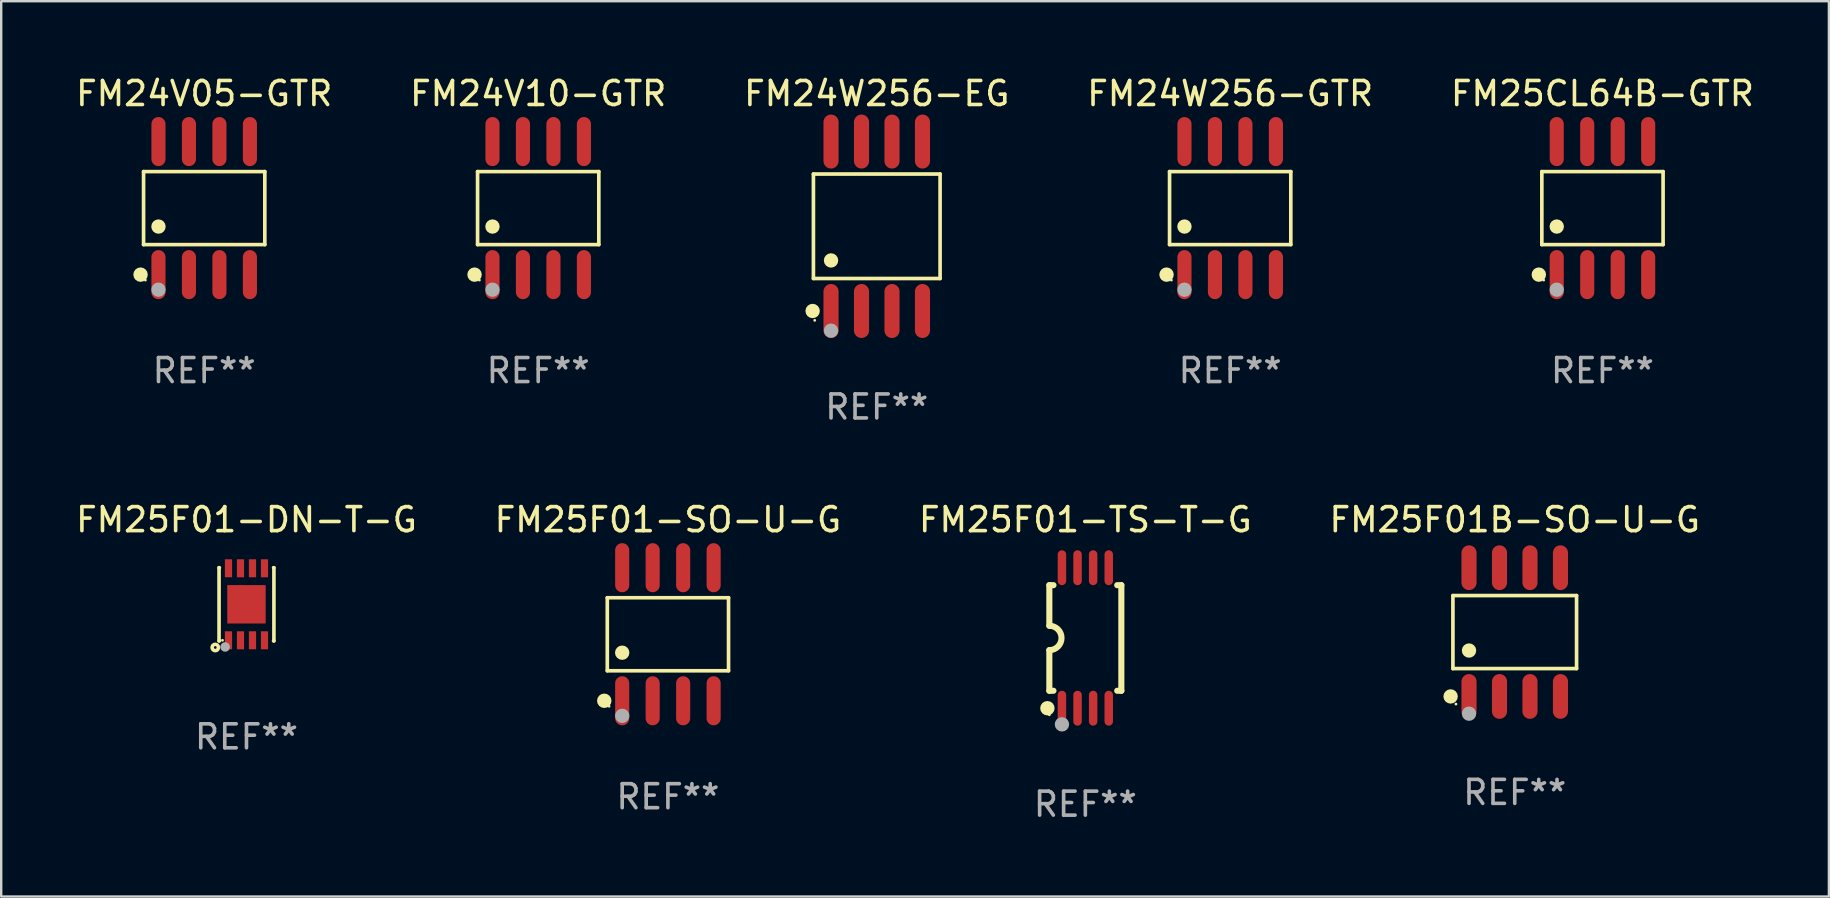
<source format=kicad_pcb>
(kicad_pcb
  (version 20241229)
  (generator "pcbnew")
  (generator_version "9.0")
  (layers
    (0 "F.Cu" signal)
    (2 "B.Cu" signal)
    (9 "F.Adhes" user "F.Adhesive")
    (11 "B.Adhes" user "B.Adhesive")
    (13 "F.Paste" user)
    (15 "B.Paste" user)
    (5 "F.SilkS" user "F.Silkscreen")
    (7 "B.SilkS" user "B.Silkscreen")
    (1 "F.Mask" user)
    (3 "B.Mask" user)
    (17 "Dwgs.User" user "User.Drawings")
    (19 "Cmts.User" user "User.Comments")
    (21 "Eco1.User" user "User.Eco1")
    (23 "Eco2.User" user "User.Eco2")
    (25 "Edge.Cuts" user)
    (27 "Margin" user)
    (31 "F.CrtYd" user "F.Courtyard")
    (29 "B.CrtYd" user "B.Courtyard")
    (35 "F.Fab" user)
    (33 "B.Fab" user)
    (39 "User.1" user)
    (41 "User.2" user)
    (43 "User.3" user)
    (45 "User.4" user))
  (footprint "FM24W256-GTR"
    (layer "F.Cu")
    (at 48.208 5.621)
    (property "Reference" "FM24W256-GTR" (at 0 -4.772 0) (layer "F.SilkS") (effects (font (size 1 1) (thickness 0.15))))
    (attr through_hole)
    (fp_line (start -2.526 -1.521) (end 2.526 -1.521) (stroke (width 0.152) (type solid)) (layer "F.SilkS"))
    (fp_line (start -2.526 1.521) (end -2.526 -1.521) (stroke (width 0.152) (type solid)) (layer "F.SilkS"))
    (fp_line (start 2.526 -1.521) (end 2.526 1.521) (stroke (width 0.152) (type solid)) (layer "F.SilkS"))
    (fp_line (start 2.526 1.521) (end -2.526 1.521) (stroke (width 0.152) (type solid)) (layer "F.SilkS"))
    (fp_circle (center -2.652 2.772) (end -2.501 2.772) (stroke (width 0.3) (type solid)) (fill no) (layer "F.SilkS"))
    (fp_circle (center -2.45 3) (end -2.42 3) (stroke (width 0.06) (type solid)) (fill no) (layer "F.SilkS"))
    (fp_circle (center -1.905 0.769) (end -1.755 0.769) (stroke (width 0.3) (type solid)) (fill no) (layer "F.SilkS"))
    (fp_circle (center -1.905 3.4) (end -1.755 3.4) (stroke (width 0.3) (type solid)) (fill no) (layer "F.Fab"))
    (fp_text user "REF**" (at 0 6.772 0) (layer "F.Fab") (effects (font (size 1 1) (thickness 0.15))))
    (pad "1" smd oval (at -1.905 2.772) (size 0.588 2.045) (layers "F.Cu" "F.Mask" "F.Paste"))
    (pad "2" smd oval (at -0.635 2.772) (size 0.588 2.045) (layers "F.Cu" "F.Mask" "F.Paste"))
    (pad "3" smd oval (at 0.635 2.772) (size 0.588 2.045) (layers "F.Cu" "F.Mask" "F.Paste"))
    (pad "4" smd oval (at 1.905 2.772) (size 0.588 2.045) (layers "F.Cu" "F.Mask" "F.Paste"))
    (pad "5" smd oval (at 1.905 -2.772) (size 0.588 2.045) (layers "F.Cu" "F.Mask" "F.Paste"))
    (pad "6" smd oval (at 0.635 -2.772) (size 0.588 2.045) (layers "F.Cu" "F.Mask" "F.Paste"))
    (pad "7" smd oval (at -0.635 -2.772) (size 0.588 2.045) (layers "F.Cu" "F.Mask" "F.Paste"))
    (pad "8" smd oval (at -1.905 -2.772) (size 0.588 2.045) (layers "F.Cu" "F.Mask" "F.Paste")))
  (footprint "FM24W256-EG"
    (layer "F.Cu")
    (at 33.482 6.378)
    (property "Reference" "FM24W256-EG" (at 0 -5.53 0) (layer "F.SilkS") (effects (font (size 1 1) (thickness 0.15))))
    (attr through_hole)
    (fp_line (start -2.639 -2.176) (end 2.639 -2.176) (stroke (width 0.152) (type solid)) (layer "F.SilkS"))
    (fp_line (start -2.639 2.176) (end -2.639 -2.176) (stroke (width 0.152) (type solid)) (layer "F.SilkS"))
    (fp_line (start 2.639 -2.176) (end 2.639 2.176) (stroke (width 0.152) (type solid)) (layer "F.SilkS"))
    (fp_line (start 2.639 2.176) (end -2.639 2.176) (stroke (width 0.152) (type solid)) (layer "F.SilkS"))
    (fp_circle (center -2.672 3.53) (end -2.522 3.53) (stroke (width 0.3) (type solid)) (fill no) (layer "F.SilkS"))
    (fp_circle (center -2.585 3.92) (end -2.555 3.92) (stroke (width 0.06) (type solid)) (fill no) (layer "F.SilkS"))
    (fp_circle (center -1.905 1.424) (end -1.755 1.424) (stroke (width 0.3) (type solid)) (fill no) (layer "F.SilkS"))
    (fp_circle (center -1.905 4.35) (end -1.755 4.35) (stroke (width 0.3) (type solid)) (fill no) (layer "F.Fab"))
    (fp_text user "REF**" (at 0 7.53 0) (layer "F.Fab") (effects (font (size 1 1) (thickness 0.15))))
    (pad "1" smd oval (at -1.905 3.53) (size 0.63 2.25) (layers "F.Cu" "F.Mask" "F.Paste"))
    (pad "2" smd oval (at -0.635 3.53) (size 0.63 2.25) (layers "F.Cu" "F.Mask" "F.Paste"))
    (pad "3" smd oval (at 0.635 3.53) (size 0.63 2.25) (layers "F.Cu" "F.Mask" "F.Paste"))
    (pad "4" smd oval (at 1.905 3.53) (size 0.63 2.25) (layers "F.Cu" "F.Mask" "F.Paste"))
    (pad "5" smd oval (at 1.905 -3.53) (size 0.63 2.25) (layers "F.Cu" "F.Mask" "F.Paste"))
    (pad "6" smd oval (at 0.635 -3.53) (size 0.63 2.25) (layers "F.Cu" "F.Mask" "F.Paste"))
    (pad "7" smd oval (at -0.635 -3.53) (size 0.63 2.25) (layers "F.Cu" "F.Mask" "F.Paste"))
    (pad "8" smd oval (at -1.905 -3.53) (size 0.63 2.25) (layers "F.Cu" "F.Mask" "F.Paste")))
  (footprint "FM25F01-DN-T-G"
    (layer "F.Cu")
    (at 7.22 22.129)
    (property "Reference" "FM25F01-DN-T-G" (at 0 -3.524 0) (layer "F.SilkS") (effects (font (size 1 1) (thickness 0.15))))
    (attr through_hole)
    (fp_line (start -1.143 -1.524) (end -1.143 1.524) (stroke (width 0.15) (type solid)) (layer "F.SilkS"))
    (fp_line (start -1.143 1.524) (end -1.129 1.524) (stroke (width 0.15) (type solid)) (layer "F.SilkS"))
    (fp_line (start -1.129 -1.524) (end -1.143 -1.524) (stroke (width 0.15) (type solid)) (layer "F.SilkS"))
    (fp_line (start 1.129 1.524) (end 1.143 1.524) (stroke (width 0.15) (type solid)) (layer "F.SilkS"))
    (fp_line (start 1.143 -1.524) (end 1.129 -1.524) (stroke (width 0.15) (type solid)) (layer "F.SilkS"))
    (fp_line (start 1.143 1.524) (end 1.143 -1.524) (stroke (width 0.15) (type solid)) (layer "F.SilkS"))
    (fp_circle (center -1.3 1.8) (end -1.243 1.8) (stroke (width 0.15) (type solid)) (fill no) (layer "F.SilkS"))
    (fp_circle (center -1 1.5) (end -0.97 1.5) (stroke (width 0.06) (type solid)) (fill no) (layer "F.SilkS"))
    (fp_circle (center -0.889 1.778) (end -0.789 1.778) (stroke (width 0.2) (type solid)) (fill no) (layer "F.Fab"))
    (fp_text user "REF**" (at 0 5.524 0) (layer "F.Fab") (effects (font (size 1 1) (thickness 0.15))))
    (pad "1" smd rect (at -0.75 1.5 90) (size 0.75 0.3) (layers "F.Cu" "F.Mask" "F.Paste"))
    (pad "2" smd rect (at -0.25 1.5 90) (size 0.75 0.3) (layers "F.Cu" "F.Mask" "F.Paste"))
    (pad "3" smd rect (at 0.25 1.5 90) (size 0.75 0.3) (layers "F.Cu" "F.Mask" "F.Paste"))
    (pad "4" smd rect (at 0.75 1.5 90) (size 0.75 0.3) (layers "F.Cu" "F.Mask" "F.Paste"))
    (pad "5" smd rect (at 0.75 -1.5 90) (size 0.75 0.3) (layers "F.Cu" "F.Mask" "F.Paste"))
    (pad "6" smd rect (at 0.25 -1.5 90) (size 0.75 0.3) (layers "F.Cu" "F.Mask" "F.Paste"))
    (pad "7" smd rect (at -0.25 -1.5 90) (size 0.75 0.3) (layers "F.Cu" "F.Mask" "F.Paste"))
    (pad "8" smd rect (at -0.75 -1.5 90) (size 0.75 0.3) (layers "F.Cu" "F.Mask" "F.Paste"))
    (pad "9" smd rect (at -0.000203 0.000457 90) (size 1.6 1.6) (layers "F.Cu" "F.Mask" "F.Paste")))
  (footprint "FM25F01B-SO-U-G"
    (layer "F.Cu")
    (at 60.065 23.287)
    (property "Reference" "FM25F01B-SO-U-G" (at 0 -4.682 0) (layer "F.SilkS") (effects (font (size 1 1) (thickness 0.15))))
    (attr through_hole)
    (fp_line (start -2.576 -1.521) (end 2.576 -1.521) (stroke (width 0.152) (type solid)) (layer "F.SilkS"))
    (fp_line (start -2.576 1.521) (end -2.576 -1.521) (stroke (width 0.152) (type solid)) (layer "F.SilkS"))
    (fp_line (start 2.576 -1.521) (end 2.576 1.521) (stroke (width 0.152) (type solid)) (layer "F.SilkS"))
    (fp_line (start 2.576 1.521) (end -2.576 1.521) (stroke (width 0.152) (type solid)) (layer "F.SilkS"))
    (fp_circle (center -2.672 2.682) (end -2.522 2.682) (stroke (width 0.3) (type solid)) (fill no) (layer "F.SilkS"))
    (fp_circle (center -2.45 3) (end -2.42 3) (stroke (width 0.06) (type solid)) (fill no) (layer "F.SilkS"))
    (fp_circle (center -1.905 0.769) (end -1.755 0.769) (stroke (width 0.3) (type solid)) (fill no) (layer "F.SilkS"))
    (fp_circle (center -1.905 3.4) (end -1.755 3.4) (stroke (width 0.3) (type solid)) (fill no) (layer "F.Fab"))
    (fp_text user "REF**" (at 0 6.682 0) (layer "F.Fab") (effects (font (size 1 1) (thickness 0.15))))
    (pad "1" smd oval (at -1.905 2.682) (size 0.63 1.865) (layers "F.Cu" "F.Mask" "F.Paste"))
    (pad "2" smd oval (at -0.635 2.682) (size 0.63 1.865) (layers "F.Cu" "F.Mask" "F.Paste"))
    (pad "3" smd oval (at 0.635 2.682) (size 0.63 1.865) (layers "F.Cu" "F.Mask" "F.Paste"))
    (pad "4" smd oval (at 1.905 2.682) (size 0.63 1.865) (layers "F.Cu" "F.Mask" "F.Paste"))
    (pad "5" smd oval (at 1.905 -2.682) (size 0.63 1.865) (layers "F.Cu" "F.Mask" "F.Paste"))
    (pad "6" smd oval (at 0.635 -2.682) (size 0.63 1.865) (layers "F.Cu" "F.Mask" "F.Paste"))
    (pad "7" smd oval (at -0.635 -2.682) (size 0.63 1.865) (layers "F.Cu" "F.Mask" "F.Paste"))
    (pad "8" smd oval (at -1.905 -2.682) (size 0.63 1.865) (layers "F.Cu" "F.Mask" "F.Paste")))
  (footprint "FM25F01-TS-T-G"
    (layer "F.Cu")
    (at 42.173 23.532)
    (property "Reference" "FM25F01-TS-T-G" (at 0 -4.927 0) (layer "F.SilkS") (effects (font (size 1 1) (thickness 0.15))))
    (attr through_hole)
    (fp_line (start -1.5 -2.2) (end -1.5 -0.508) (stroke (width 0.254) (type solid)) (layer "F.SilkS"))
    (fp_line (start -1.5 -2.2) (end -1.328 -2.2) (stroke (width 0.254) (type solid)) (layer "F.SilkS"))
    (fp_line (start -1.5 2.2) (end -1.5 0.508) (stroke (width 0.254) (type solid)) (layer "F.SilkS"))
    (fp_line (start -1.5 2.2) (end -1.328 2.2) (stroke (width 0.254) (type solid)) (layer "F.SilkS"))
    (fp_line (start 1.328 -2.2) (end 1.5 -2.2) (stroke (width 0.254) (type solid)) (layer "F.SilkS"))
    (fp_line (start 1.328 2.2) (end 1.5 2.2) (stroke (width 0.254) (type solid)) (layer "F.SilkS"))
    (fp_line (start 1.5 -2.2) (end 1.5 2.2) (stroke (width 0.254) (type solid)) (layer "F.SilkS"))
    (fp_arc (start -1.501144 -0.508) (mid -0.993143 -0.000571) (end -1.5 0.508001) (stroke (width 0.254001) (type solid)) (layer "F.SilkS"))
    (fp_circle (center -1.581 2.927) (end -1.431 2.927) (stroke (width 0.3) (type solid)) (fill no) (layer "F.SilkS"))
    (fp_circle (center -1.5 3.2) (end -1.47 3.2) (stroke (width 0.06) (type solid)) (fill no) (layer "F.SilkS"))
    (fp_circle (center -0.975 3.6) (end -0.825 3.6) (stroke (width 0.3) (type solid)) (fill no) (layer "F.Fab"))
    (fp_text user "REF**" (at 0 6.927 0) (layer "F.Fab") (effects (font (size 1 1) (thickness 0.15))))
    (pad "1" smd oval (at -0.975 2.927) (size 0.353 1.454) (layers "F.Cu" "F.Mask" "F.Paste"))
    (pad "2" smd oval (at -0.325 2.927) (size 0.353 1.454) (layers "F.Cu" "F.Mask" "F.Paste"))
    (pad "3" smd oval (at 0.325 2.927) (size 0.353 1.454) (layers "F.Cu" "F.Mask" "F.Paste"))
    (pad "4" smd oval (at 0.975 2.927) (size 0.353 1.454) (layers "F.Cu" "F.Mask" "F.Paste"))
    (pad "5" smd oval (at 0.975 -2.927) (size 0.353 1.454) (layers "F.Cu" "F.Mask" "F.Paste"))
    (pad "6" smd oval (at 0.325 -2.927) (size 0.353 1.454) (layers "F.Cu" "F.Mask" "F.Paste"))
    (pad "7" smd oval (at -0.325 -2.927) (size 0.353 1.454) (layers "F.Cu" "F.Mask" "F.Paste"))
    (pad "8" smd oval (at -0.975 -2.927) (size 0.353 1.454) (layers "F.Cu" "F.Mask" "F.Paste")))
  (footprint "FM25CL64B-GTR"
    (layer "F.Cu")
    (at 63.72 5.621)
    (property "Reference" "FM25CL64B-GTR" (at 0 -4.772 0) (layer "F.SilkS") (effects (font (size 1 1) (thickness 0.15))))
    (attr through_hole)
    (fp_line (start -2.526 -1.521) (end 2.526 -1.521) (stroke (width 0.152) (type solid)) (layer "F.SilkS"))
    (fp_line (start -2.526 1.521) (end -2.526 -1.521) (stroke (width 0.152) (type solid)) (layer "F.SilkS"))
    (fp_line (start 2.526 -1.521) (end 2.526 1.521) (stroke (width 0.152) (type solid)) (layer "F.SilkS"))
    (fp_line (start 2.526 1.521) (end -2.526 1.521) (stroke (width 0.152) (type solid)) (layer "F.SilkS"))
    (fp_circle (center -2.652 2.772) (end -2.501 2.772) (stroke (width 0.3) (type solid)) (fill no) (layer "F.SilkS"))
    (fp_circle (center -2.45 3) (end -2.42 3) (stroke (width 0.06) (type solid)) (fill no) (layer "F.SilkS"))
    (fp_circle (center -1.905 0.769) (end -1.755 0.769) (stroke (width 0.3) (type solid)) (fill no) (layer "F.SilkS"))
    (fp_circle (center -1.905 3.4) (end -1.755 3.4) (stroke (width 0.3) (type solid)) (fill no) (layer "F.Fab"))
    (fp_text user "REF**" (at 0 6.772 0) (layer "F.Fab") (effects (font (size 1 1) (thickness 0.15))))
    (pad "1" smd oval (at -1.905 2.772) (size 0.588 2.045) (layers "F.Cu" "F.Mask" "F.Paste"))
    (pad "2" smd oval (at -0.635 2.772) (size 0.588 2.045) (layers "F.Cu" "F.Mask" "F.Paste"))
    (pad "3" smd oval (at 0.635 2.772) (size 0.588 2.045) (layers "F.Cu" "F.Mask" "F.Paste"))
    (pad "4" smd oval (at 1.905 2.772) (size 0.588 2.045) (layers "F.Cu" "F.Mask" "F.Paste"))
    (pad "5" smd oval (at 1.905 -2.772) (size 0.588 2.045) (layers "F.Cu" "F.Mask" "F.Paste"))
    (pad "6" smd oval (at 0.635 -2.772) (size 0.588 2.045) (layers "F.Cu" "F.Mask" "F.Paste"))
    (pad "7" smd oval (at -0.635 -2.772) (size 0.588 2.045) (layers "F.Cu" "F.Mask" "F.Paste"))
    (pad "8" smd oval (at -1.905 -2.772) (size 0.588 2.045) (layers "F.Cu" "F.Mask" "F.Paste")))
  (footprint "FM24V10-GTR"
    (layer "F.Cu")
    (at 19.375 5.621)
    (property "Reference" "FM24V10-GTR" (at 0 -4.772 0) (layer "F.SilkS") (effects (font (size 1 1) (thickness 0.15))))
    (attr through_hole)
    (fp_line (start -2.526 -1.521) (end 2.526 -1.521) (stroke (width 0.152) (type solid)) (layer "F.SilkS"))
    (fp_line (start -2.526 1.521) (end -2.526 -1.521) (stroke (width 0.152) (type solid)) (layer "F.SilkS"))
    (fp_line (start 2.526 -1.521) (end 2.526 1.521) (stroke (width 0.152) (type solid)) (layer "F.SilkS"))
    (fp_line (start 2.526 1.521) (end -2.526 1.521) (stroke (width 0.152) (type solid)) (layer "F.SilkS"))
    (fp_circle (center -2.652 2.772) (end -2.501 2.772) (stroke (width 0.3) (type solid)) (fill no) (layer "F.SilkS"))
    (fp_circle (center -2.45 3) (end -2.42 3) (stroke (width 0.06) (type solid)) (fill no) (layer "F.SilkS"))
    (fp_circle (center -1.905 0.769) (end -1.755 0.769) (stroke (width 0.3) (type solid)) (fill no) (layer "F.SilkS"))
    (fp_circle (center -1.905 3.4) (end -1.755 3.4) (stroke (width 0.3) (type solid)) (fill no) (layer "F.Fab"))
    (fp_text user "REF**" (at 0 6.772 0) (layer "F.Fab") (effects (font (size 1 1) (thickness 0.15))))
    (pad "1" smd oval (at -1.905 2.772) (size 0.588 2.045) (layers "F.Cu" "F.Mask" "F.Paste"))
    (pad "2" smd oval (at -0.635 2.772) (size 0.588 2.045) (layers "F.Cu" "F.Mask" "F.Paste"))
    (pad "3" smd oval (at 0.635 2.772) (size 0.588 2.045) (layers "F.Cu" "F.Mask" "F.Paste"))
    (pad "4" smd oval (at 1.905 2.772) (size 0.588 2.045) (layers "F.Cu" "F.Mask" "F.Paste"))
    (pad "5" smd oval (at 1.905 -2.772) (size 0.588 2.045) (layers "F.Cu" "F.Mask" "F.Paste"))
    (pad "6" smd oval (at 0.635 -2.772) (size 0.588 2.045) (layers "F.Cu" "F.Mask" "F.Paste"))
    (pad "7" smd oval (at -0.635 -2.772) (size 0.588 2.045) (layers "F.Cu" "F.Mask" "F.Paste"))
    (pad "8" smd oval (at -1.905 -2.772) (size 0.588 2.045) (layers "F.Cu" "F.Mask" "F.Paste")))
  (footprint "FM25F01-SO-U-G"
    (layer "F.Cu")
    (at 24.78 23.377)
    (property "Reference" "FM25F01-SO-U-G" (at 0 -4.772 0) (layer "F.SilkS") (effects (font (size 1 1) (thickness 0.15))))
    (attr through_hole)
    (fp_line (start -2.526 -1.521) (end 2.526 -1.521) (stroke (width 0.152) (type solid)) (layer "F.SilkS"))
    (fp_line (start -2.526 1.521) (end -2.526 -1.521) (stroke (width 0.152) (type solid)) (layer "F.SilkS"))
    (fp_line (start 2.526 -1.521) (end 2.526 1.521) (stroke (width 0.152) (type solid)) (layer "F.SilkS"))
    (fp_line (start 2.526 1.521) (end -2.526 1.521) (stroke (width 0.152) (type solid)) (layer "F.SilkS"))
    (fp_circle (center -2.652 2.772) (end -2.501 2.772) (stroke (width 0.3) (type solid)) (fill no) (layer "F.SilkS"))
    (fp_circle (center -2.45 3) (end -2.42 3) (stroke (width 0.06) (type solid)) (fill no) (layer "F.SilkS"))
    (fp_circle (center -1.905 0.769) (end -1.755 0.769) (stroke (width 0.3) (type solid)) (fill no) (layer "F.SilkS"))
    (fp_circle (center -1.905 3.4) (end -1.755 3.4) (stroke (width 0.3) (type solid)) (fill no) (layer "F.Fab"))
    (fp_text user "REF**" (at 0 6.772 0) (layer "F.Fab") (effects (font (size 1 1) (thickness 0.15))))
    (pad "1" smd oval (at -1.905 2.772) (size 0.588 2.045) (layers "F.Cu" "F.Mask" "F.Paste"))
    (pad "2" smd oval (at -0.635 2.772) (size 0.588 2.045) (layers "F.Cu" "F.Mask" "F.Paste"))
    (pad "3" smd oval (at 0.635 2.772) (size 0.588 2.045) (layers "F.Cu" "F.Mask" "F.Paste"))
    (pad "4" smd oval (at 1.905 2.772) (size 0.588 2.045) (layers "F.Cu" "F.Mask" "F.Paste"))
    (pad "5" smd oval (at 1.905 -2.772) (size 0.588 2.045) (layers "F.Cu" "F.Mask" "F.Paste"))
    (pad "6" smd oval (at 0.635 -2.772) (size 0.588 2.045) (layers "F.Cu" "F.Mask" "F.Paste"))
    (pad "7" smd oval (at -0.635 -2.772) (size 0.588 2.045) (layers "F.Cu" "F.Mask" "F.Paste"))
    (pad "8" smd oval (at -1.905 -2.772) (size 0.588 2.045) (layers "F.Cu" "F.Mask" "F.Paste")))
  (footprint "FM24V05-GTR"
    (layer "F.Cu")
    (at 5.458 5.621)
    (property "Reference" "FM24V05-GTR" (at 0 -4.772 0) (layer "F.SilkS") (effects (font (size 1 1) (thickness 0.15))))
    (attr through_hole)
    (fp_line (start -2.526 -1.521) (end 2.526 -1.521) (stroke (width 0.152) (type solid)) (layer "F.SilkS"))
    (fp_line (start -2.526 1.521) (end -2.526 -1.521) (stroke (width 0.152) (type solid)) (layer "F.SilkS"))
    (fp_line (start 2.526 -1.521) (end 2.526 1.521) (stroke (width 0.152) (type solid)) (layer "F.SilkS"))
    (fp_line (start 2.526 1.521) (end -2.526 1.521) (stroke (width 0.152) (type solid)) (layer "F.SilkS"))
    (fp_circle (center -2.652 2.772) (end -2.501 2.772) (stroke (width 0.3) (type solid)) (fill no) (layer "F.SilkS"))
    (fp_circle (center -2.45 3) (end -2.42 3) (stroke (width 0.06) (type solid)) (fill no) (layer "F.SilkS"))
    (fp_circle (center -1.905 0.769) (end -1.755 0.769) (stroke (width 0.3) (type solid)) (fill no) (layer "F.SilkS"))
    (fp_circle (center -1.905 3.4) (end -1.755 3.4) (stroke (width 0.3) (type solid)) (fill no) (layer "F.Fab"))
    (fp_text user "REF**" (at 0 6.772 0) (layer "F.Fab") (effects (font (size 1 1) (thickness 0.15))))
    (pad "1" smd oval (at -1.905 2.772) (size 0.588 2.045) (layers "F.Cu" "F.Mask" "F.Paste"))
    (pad "2" smd oval (at -0.635 2.772) (size 0.588 2.045) (layers "F.Cu" "F.Mask" "F.Paste"))
    (pad "3" smd oval (at 0.635 2.772) (size 0.588 2.045) (layers "F.Cu" "F.Mask" "F.Paste"))
    (pad "4" smd oval (at 1.905 2.772) (size 0.588 2.045) (layers "F.Cu" "F.Mask" "F.Paste"))
    (pad "5" smd oval (at 1.905 -2.772) (size 0.588 2.045) (layers "F.Cu" "F.Mask" "F.Paste"))
    (pad "6" smd oval (at 0.635 -2.772) (size 0.588 2.045) (layers "F.Cu" "F.Mask" "F.Paste"))
    (pad "7" smd oval (at -0.635 -2.772) (size 0.588 2.045) (layers "F.Cu" "F.Mask" "F.Paste"))
    (pad "8" smd oval (at -1.905 -2.772) (size 0.588 2.045) (layers "F.Cu" "F.Mask" "F.Paste")))
  (gr_rect
    (start -3 -3)
    (end 73.155 34.307)
    (stroke (width 0.1) (type default))
    (fill no)
    (layer "Edge.Cuts")))
</source>
